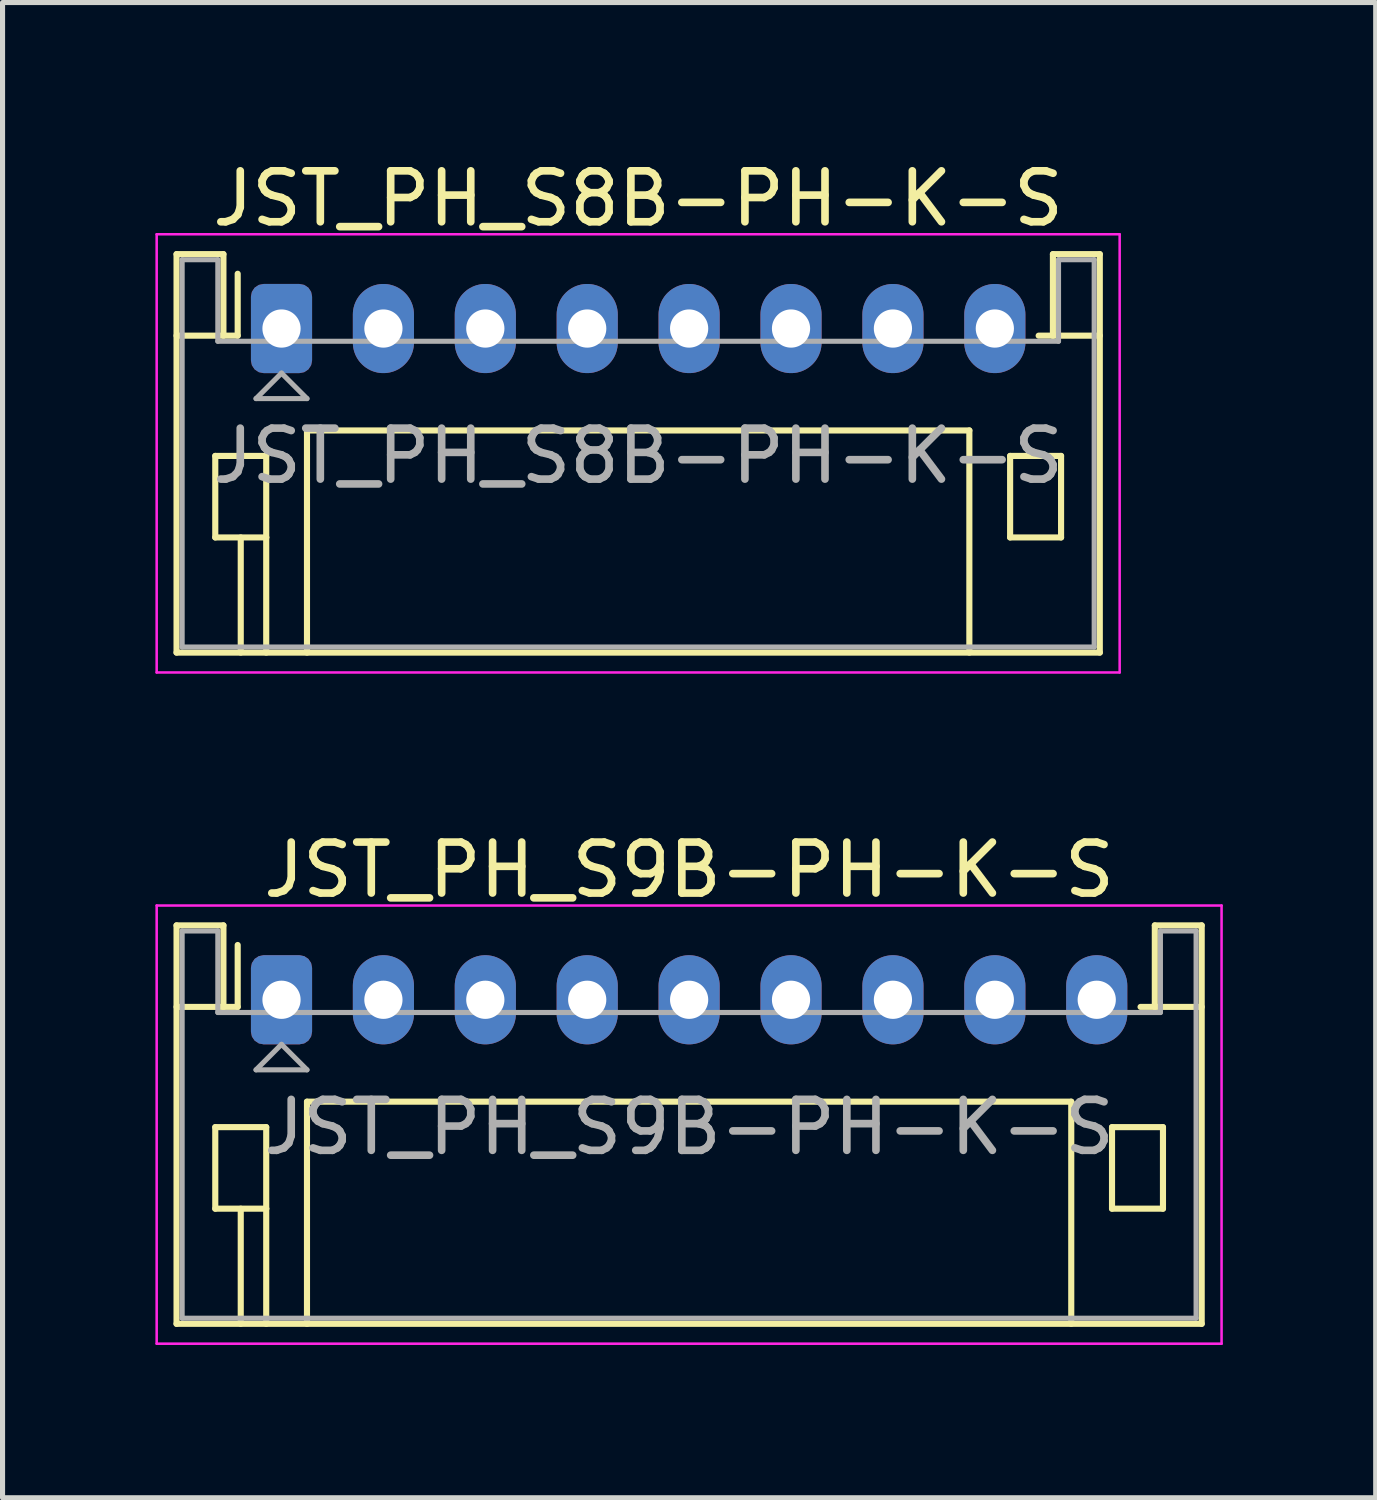
<source format=kicad_pcb>
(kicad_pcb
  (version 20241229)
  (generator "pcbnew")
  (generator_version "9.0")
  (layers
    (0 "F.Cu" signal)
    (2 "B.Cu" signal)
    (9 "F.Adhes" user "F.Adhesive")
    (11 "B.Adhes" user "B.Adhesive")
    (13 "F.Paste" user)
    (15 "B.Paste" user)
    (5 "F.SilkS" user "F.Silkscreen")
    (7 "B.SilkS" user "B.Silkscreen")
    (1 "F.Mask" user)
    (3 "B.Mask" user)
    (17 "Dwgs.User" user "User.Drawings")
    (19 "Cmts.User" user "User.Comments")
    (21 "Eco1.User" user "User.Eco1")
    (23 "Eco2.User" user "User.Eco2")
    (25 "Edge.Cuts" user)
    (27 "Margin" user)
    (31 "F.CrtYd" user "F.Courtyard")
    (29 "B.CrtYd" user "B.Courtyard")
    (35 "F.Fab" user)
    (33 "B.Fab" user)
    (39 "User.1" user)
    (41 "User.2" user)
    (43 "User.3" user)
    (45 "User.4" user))
  (footprint "JST_PH_S9B-PH-K-S"
    (layer "F.Cu")
    (at 2.475 16.572)
    (property "Reference" "JST_PH_S9B-PH-K-S" (at 8 -2.55 0) (layer "F.SilkS") (effects (font (size 1 1) (thickness 0.15))))
    (attr through_hole)
    (fp_line (start -2.06 -1.46) (end -2.06 6.36) (stroke (width 0.12) (type solid)) (layer "F.SilkS"))
    (fp_line (start -2.06 0.14) (end -1.14 0.14) (stroke (width 0.12) (type solid)) (layer "F.SilkS"))
    (fp_line (start -2.06 6.36) (end 18.06 6.36) (stroke (width 0.12) (type solid)) (layer "F.SilkS"))
    (fp_line (start -1.3 2.5) (end -1.3 4.1) (stroke (width 0.12) (type solid)) (layer "F.SilkS"))
    (fp_line (start -1.3 4.1) (end -0.3 4.1) (stroke (width 0.12) (type solid)) (layer "F.SilkS"))
    (fp_line (start -1.14 -1.46) (end -2.06 -1.46) (stroke (width 0.12) (type solid)) (layer "F.SilkS"))
    (fp_line (start -1.14 0.14) (end -1.14 -1.46) (stroke (width 0.12) (type solid)) (layer "F.SilkS"))
    (fp_line (start -0.86 0.14) (end -1.14 0.14) (stroke (width 0.12) (type solid)) (layer "F.SilkS"))
    (fp_line (start -0.86 0.14) (end -0.86 -1.075) (stroke (width 0.12) (type solid)) (layer "F.SilkS"))
    (fp_line (start -0.8 4.1) (end -0.8 6.36) (stroke (width 0.12) (type solid)) (layer "F.SilkS"))
    (fp_line (start -0.3 2.5) (end -1.3 2.5) (stroke (width 0.12) (type solid)) (layer "F.SilkS"))
    (fp_line (start -0.3 4.1) (end -0.3 2.5) (stroke (width 0.12) (type solid)) (layer "F.SilkS"))
    (fp_line (start -0.3 4.1) (end -0.3 6.36) (stroke (width 0.12) (type solid)) (layer "F.SilkS"))
    (fp_line (start 0.5 2) (end 15.5 2) (stroke (width 0.12) (type solid)) (layer "F.SilkS"))
    (fp_line (start 0.5 6.36) (end 0.5 2) (stroke (width 0.12) (type solid)) (layer "F.SilkS"))
    (fp_line (start 15.5 2) (end 15.5 6.36) (stroke (width 0.12) (type solid)) (layer "F.SilkS"))
    (fp_line (start 16.3 2.5) (end 17.3 2.5) (stroke (width 0.12) (type solid)) (layer "F.SilkS"))
    (fp_line (start 16.3 4.1) (end 16.3 2.5) (stroke (width 0.12) (type solid)) (layer "F.SilkS"))
    (fp_line (start 17.14 -1.46) (end 17.14 0.14) (stroke (width 0.12) (type solid)) (layer "F.SilkS"))
    (fp_line (start 17.14 0.14) (end 16.86 0.14) (stroke (width 0.12) (type solid)) (layer "F.SilkS"))
    (fp_line (start 17.3 2.5) (end 17.3 4.1) (stroke (width 0.12) (type solid)) (layer "F.SilkS"))
    (fp_line (start 17.3 4.1) (end 16.3 4.1) (stroke (width 0.12) (type solid)) (layer "F.SilkS"))
    (fp_line (start 18.06 -1.46) (end 17.14 -1.46) (stroke (width 0.12) (type solid)) (layer "F.SilkS"))
    (fp_line (start 18.06 0.14) (end 17.14 0.14) (stroke (width 0.12) (type solid)) (layer "F.SilkS"))
    (fp_line (start 18.06 6.36) (end 18.06 -1.46) (stroke (width 0.12) (type solid)) (layer "F.SilkS"))
    (fp_line (start -2.45 -1.85) (end -2.45 6.75) (stroke (width 0.05) (type solid)) (layer "F.CrtYd"))
    (fp_line (start -2.45 6.75) (end 18.45 6.75) (stroke (width 0.05) (type solid)) (layer "F.CrtYd"))
    (fp_line (start 18.45 -1.85) (end -2.45 -1.85) (stroke (width 0.05) (type solid)) (layer "F.CrtYd"))
    (fp_line (start 18.45 6.75) (end 18.45 -1.85) (stroke (width 0.05) (type solid)) (layer "F.CrtYd"))
    (fp_line (start -1.95 -1.35) (end -1.95 6.25) (stroke (width 0.1) (type solid)) (layer "F.Fab"))
    (fp_line (start -1.95 6.25) (end 17.95 6.25) (stroke (width 0.1) (type solid)) (layer "F.Fab"))
    (fp_line (start -1.25 -1.35) (end -1.95 -1.35) (stroke (width 0.1) (type solid)) (layer "F.Fab"))
    (fp_line (start -1.25 0.25) (end -1.25 -1.35) (stroke (width 0.1) (type solid)) (layer "F.Fab"))
    (fp_line (start -0.5 1.375) (end 0.5 1.375) (stroke (width 0.1) (type solid)) (layer "F.Fab"))
    (fp_line (start 0 0.875) (end -0.5 1.375) (stroke (width 0.1) (type solid)) (layer "F.Fab"))
    (fp_line (start 0.5 1.375) (end 0 0.875) (stroke (width 0.1) (type solid)) (layer "F.Fab"))
    (fp_line (start 17.25 -1.35) (end 17.25 0.25) (stroke (width 0.1) (type solid)) (layer "F.Fab"))
    (fp_line (start 17.25 0.25) (end -1.25 0.25) (stroke (width 0.1) (type solid)) (layer "F.Fab"))
    (fp_line (start 17.95 -1.35) (end 17.25 -1.35) (stroke (width 0.1) (type solid)) (layer "F.Fab"))
    (fp_line (start 17.95 6.25) (end 17.95 -1.35) (stroke (width 0.1) (type solid)) (layer "F.Fab"))
    (fp_text user "${REFERENCE}" (at 8 2.5 0) (layer "F.Fab") (effects (font (size 1 1) (thickness 0.15))))
    (pad "1" thru_hole roundrect (at 0 0) (size 1.2 1.75) (drill 0.75) (layers "*.Cu" "*.Mask") (roundrect_rratio 0.208))
    (pad "2" thru_hole oval (at 2 0) (size 1.2 1.75) (drill 0.75) (layers "*.Cu" "*.Mask"))
    (pad "3" thru_hole oval (at 4 0) (size 1.2 1.75) (drill 0.75) (layers "*.Cu" "*.Mask"))
    (pad "4" thru_hole oval (at 6 0) (size 1.2 1.75) (drill 0.75) (layers "*.Cu" "*.Mask"))
    (pad "5" thru_hole oval (at 8 0) (size 1.2 1.75) (drill 0.75) (layers "*.Cu" "*.Mask"))
    (pad "6" thru_hole oval (at 10 0) (size 1.2 1.75) (drill 0.75) (layers "*.Cu" "*.Mask"))
    (pad "7" thru_hole oval (at 12 0) (size 1.2 1.75) (drill 0.75) (layers "*.Cu" "*.Mask"))
    (pad "8" thru_hole oval (at 14 0) (size 1.2 1.75) (drill 0.75) (layers "*.Cu" "*.Mask"))
    (pad "9" thru_hole oval (at 16 0) (size 1.2 1.75) (drill 0.75) (layers "*.Cu" "*.Mask")))
  (footprint "JST_PH_S8B-PH-K-S"
    (layer "F.Cu")
    (at 2.475 3.398)
    (property "Reference" "JST_PH_S8B-PH-K-S" (at 7 -2.55 0) (layer "F.SilkS") (effects (font (size 1 1) (thickness 0.15))))
    (attr through_hole)
    (fp_line (start -2.06 -1.46) (end -2.06 6.36) (stroke (width 0.12) (type solid)) (layer "F.SilkS"))
    (fp_line (start -2.06 0.14) (end -1.14 0.14) (stroke (width 0.12) (type solid)) (layer "F.SilkS"))
    (fp_line (start -2.06 6.36) (end 16.06 6.36) (stroke (width 0.12) (type solid)) (layer "F.SilkS"))
    (fp_line (start -1.3 2.5) (end -1.3 4.1) (stroke (width 0.12) (type solid)) (layer "F.SilkS"))
    (fp_line (start -1.3 4.1) (end -0.3 4.1) (stroke (width 0.12) (type solid)) (layer "F.SilkS"))
    (fp_line (start -1.14 -1.46) (end -2.06 -1.46) (stroke (width 0.12) (type solid)) (layer "F.SilkS"))
    (fp_line (start -1.14 0.14) (end -1.14 -1.46) (stroke (width 0.12) (type solid)) (layer "F.SilkS"))
    (fp_line (start -0.86 0.14) (end -1.14 0.14) (stroke (width 0.12) (type solid)) (layer "F.SilkS"))
    (fp_line (start -0.86 0.14) (end -0.86 -1.075) (stroke (width 0.12) (type solid)) (layer "F.SilkS"))
    (fp_line (start -0.8 4.1) (end -0.8 6.36) (stroke (width 0.12) (type solid)) (layer "F.SilkS"))
    (fp_line (start -0.3 2.5) (end -1.3 2.5) (stroke (width 0.12) (type solid)) (layer "F.SilkS"))
    (fp_line (start -0.3 4.1) (end -0.3 2.5) (stroke (width 0.12) (type solid)) (layer "F.SilkS"))
    (fp_line (start -0.3 4.1) (end -0.3 6.36) (stroke (width 0.12) (type solid)) (layer "F.SilkS"))
    (fp_line (start 0.5 2) (end 13.5 2) (stroke (width 0.12) (type solid)) (layer "F.SilkS"))
    (fp_line (start 0.5 6.36) (end 0.5 2) (stroke (width 0.12) (type solid)) (layer "F.SilkS"))
    (fp_line (start 13.5 2) (end 13.5 6.36) (stroke (width 0.12) (type solid)) (layer "F.SilkS"))
    (fp_line (start 14.3 2.5) (end 15.3 2.5) (stroke (width 0.12) (type solid)) (layer "F.SilkS"))
    (fp_line (start 14.3 4.1) (end 14.3 2.5) (stroke (width 0.12) (type solid)) (layer "F.SilkS"))
    (fp_line (start 15.14 -1.46) (end 15.14 0.14) (stroke (width 0.12) (type solid)) (layer "F.SilkS"))
    (fp_line (start 15.14 0.14) (end 14.86 0.14) (stroke (width 0.12) (type solid)) (layer "F.SilkS"))
    (fp_line (start 15.3 2.5) (end 15.3 4.1) (stroke (width 0.12) (type solid)) (layer "F.SilkS"))
    (fp_line (start 15.3 4.1) (end 14.3 4.1) (stroke (width 0.12) (type solid)) (layer "F.SilkS"))
    (fp_line (start 16.06 -1.46) (end 15.14 -1.46) (stroke (width 0.12) (type solid)) (layer "F.SilkS"))
    (fp_line (start 16.06 0.14) (end 15.14 0.14) (stroke (width 0.12) (type solid)) (layer "F.SilkS"))
    (fp_line (start 16.06 6.36) (end 16.06 -1.46) (stroke (width 0.12) (type solid)) (layer "F.SilkS"))
    (fp_line (start -2.45 -1.85) (end -2.45 6.75) (stroke (width 0.05) (type solid)) (layer "F.CrtYd"))
    (fp_line (start -2.45 6.75) (end 16.45 6.75) (stroke (width 0.05) (type solid)) (layer "F.CrtYd"))
    (fp_line (start 16.45 -1.85) (end -2.45 -1.85) (stroke (width 0.05) (type solid)) (layer "F.CrtYd"))
    (fp_line (start 16.45 6.75) (end 16.45 -1.85) (stroke (width 0.05) (type solid)) (layer "F.CrtYd"))
    (fp_line (start -1.95 -1.35) (end -1.95 6.25) (stroke (width 0.1) (type solid)) (layer "F.Fab"))
    (fp_line (start -1.95 6.25) (end 15.95 6.25) (stroke (width 0.1) (type solid)) (layer "F.Fab"))
    (fp_line (start -1.25 -1.35) (end -1.95 -1.35) (stroke (width 0.1) (type solid)) (layer "F.Fab"))
    (fp_line (start -1.25 0.25) (end -1.25 -1.35) (stroke (width 0.1) (type solid)) (layer "F.Fab"))
    (fp_line (start -0.5 1.375) (end 0.5 1.375) (stroke (width 0.1) (type solid)) (layer "F.Fab"))
    (fp_line (start 0 0.875) (end -0.5 1.375) (stroke (width 0.1) (type solid)) (layer "F.Fab"))
    (fp_line (start 0.5 1.375) (end 0 0.875) (stroke (width 0.1) (type solid)) (layer "F.Fab"))
    (fp_line (start 15.25 -1.35) (end 15.25 0.25) (stroke (width 0.1) (type solid)) (layer "F.Fab"))
    (fp_line (start 15.25 0.25) (end -1.25 0.25) (stroke (width 0.1) (type solid)) (layer "F.Fab"))
    (fp_line (start 15.95 -1.35) (end 15.25 -1.35) (stroke (width 0.1) (type solid)) (layer "F.Fab"))
    (fp_line (start 15.95 6.25) (end 15.95 -1.35) (stroke (width 0.1) (type solid)) (layer "F.Fab"))
    (fp_text user "${REFERENCE}" (at 7 2.5 0) (layer "F.Fab") (effects (font (size 1 1) (thickness 0.15))))
    (pad "1" thru_hole roundrect (at 0 0) (size 1.2 1.75) (drill 0.75) (layers "*.Cu" "*.Mask") (roundrect_rratio 0.208))
    (pad "2" thru_hole oval (at 2 0) (size 1.2 1.75) (drill 0.75) (layers "*.Cu" "*.Mask"))
    (pad "3" thru_hole oval (at 4 0) (size 1.2 1.75) (drill 0.75) (layers "*.Cu" "*.Mask"))
    (pad "4" thru_hole oval (at 6 0) (size 1.2 1.75) (drill 0.75) (layers "*.Cu" "*.Mask"))
    (pad "5" thru_hole oval (at 8 0) (size 1.2 1.75) (drill 0.75) (layers "*.Cu" "*.Mask"))
    (pad "6" thru_hole oval (at 10 0) (size 1.2 1.75) (drill 0.75) (layers "*.Cu" "*.Mask"))
    (pad "7" thru_hole oval (at 12 0) (size 1.2 1.75) (drill 0.75) (layers "*.Cu" "*.Mask"))
    (pad "8" thru_hole oval (at 14 0) (size 1.2 1.75) (drill 0.75) (layers "*.Cu" "*.Mask")))
  (gr_rect
    (start -3 -3)
    (end 23.95 26.346)
    (stroke (width 0.1) (type default))
    (fill no)
    (layer "Edge.Cuts")))
</source>
